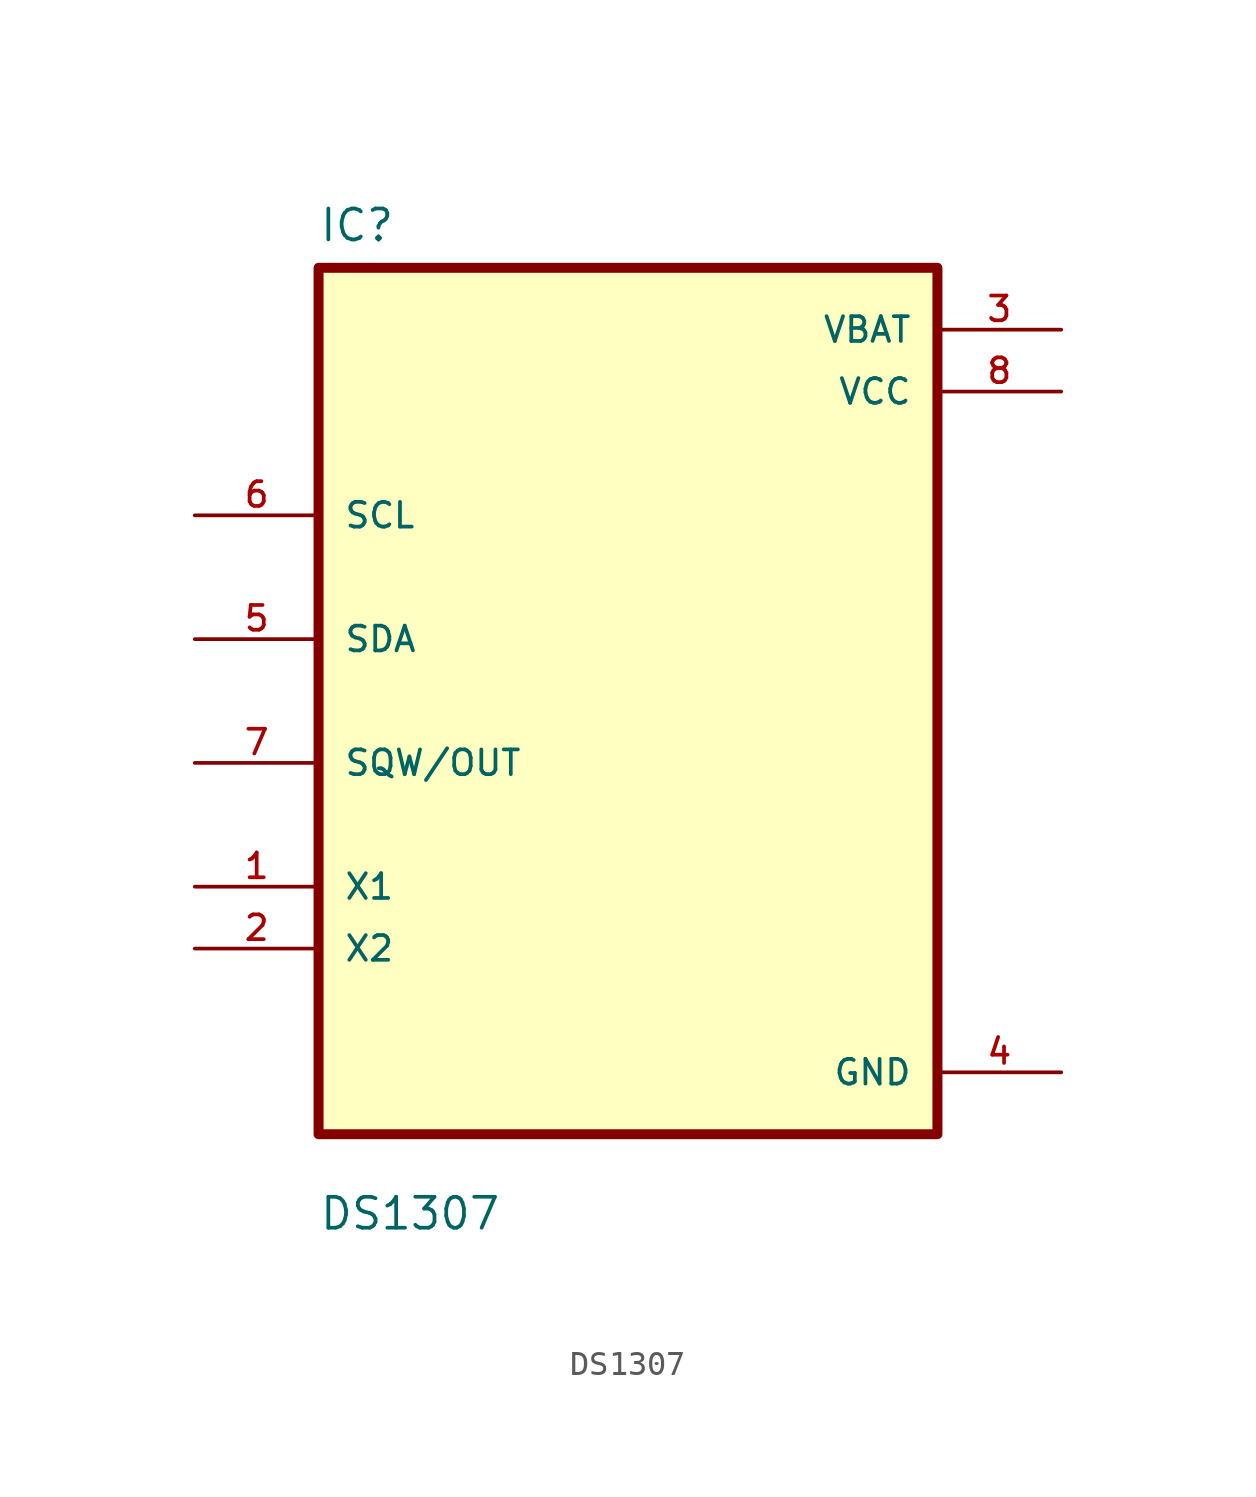
<source format=kicad_sym>
(kicad_symbol_lib
  (version 20211014)
  (generator kicad_symbol_editor)
  (symbol "DS1307"
    (pin_names
      (offset 1.016))
    (property "Reference" "IC"
      (at -12.7 18.78 0.0)
      (effects (font (size 1.27 1.27)) (justify bottom left)))
    (property "Value" "DS1307"
      (at -12.7 -21.78 0.0)
      (effects (font (size 1.27 1.27)) (justify bottom left)))
    (symbol "DS1307_0_0"
      (rectangle (start -12.7 -17.78) (end 12.7 17.78) (stroke (width 0.41)) (fill (type background)))
      (pin input line (at -17.78 7.62 0) (length 5.08) (name "SCL" (effects (font (size 1.016 1.016)))) (number "6" (effects (font (size 1.016 1.016)))))
      (pin bidirectional line (at -17.78 2.54 0) (length 5.08) (name "SDA" (effects (font (size 1.016 1.016)))) (number "5" (effects (font (size 1.016 1.016)))))
      (pin bidirectional line (at -17.78 -2.54 0) (length 5.08) (name "SQW/OUT" (effects (font (size 1.016 1.016)))) (number "7" (effects (font (size 1.016 1.016)))))
      (pin bidirectional line (at -17.78 -7.62 0) (length 5.08) (name "X1" (effects (font (size 1.016 1.016)))) (number "1" (effects (font (size 1.016 1.016)))))
      (pin bidirectional line (at -17.78 -10.16 0) (length 5.08) (name "X2" (effects (font (size 1.016 1.016)))) (number "2" (effects (font (size 1.016 1.016)))))
      (pin power_in line (at 17.78 15.24 180.0) (length 5.08) (name "VBAT" (effects (font (size 1.016 1.016)))) (number "3" (effects (font (size 1.016 1.016)))))
      (pin power_in line (at 17.78 12.7 180.0) (length 5.08) (name "VCC" (effects (font (size 1.016 1.016)))) (number "8" (effects (font (size 1.016 1.016)))))
      (pin power_in line (at 17.78 -15.24 180.0) (length 5.08) (name "GND" (effects (font (size 1.016 1.016)))) (number "4" (effects (font (size 1.016 1.016))))))))
</source>
